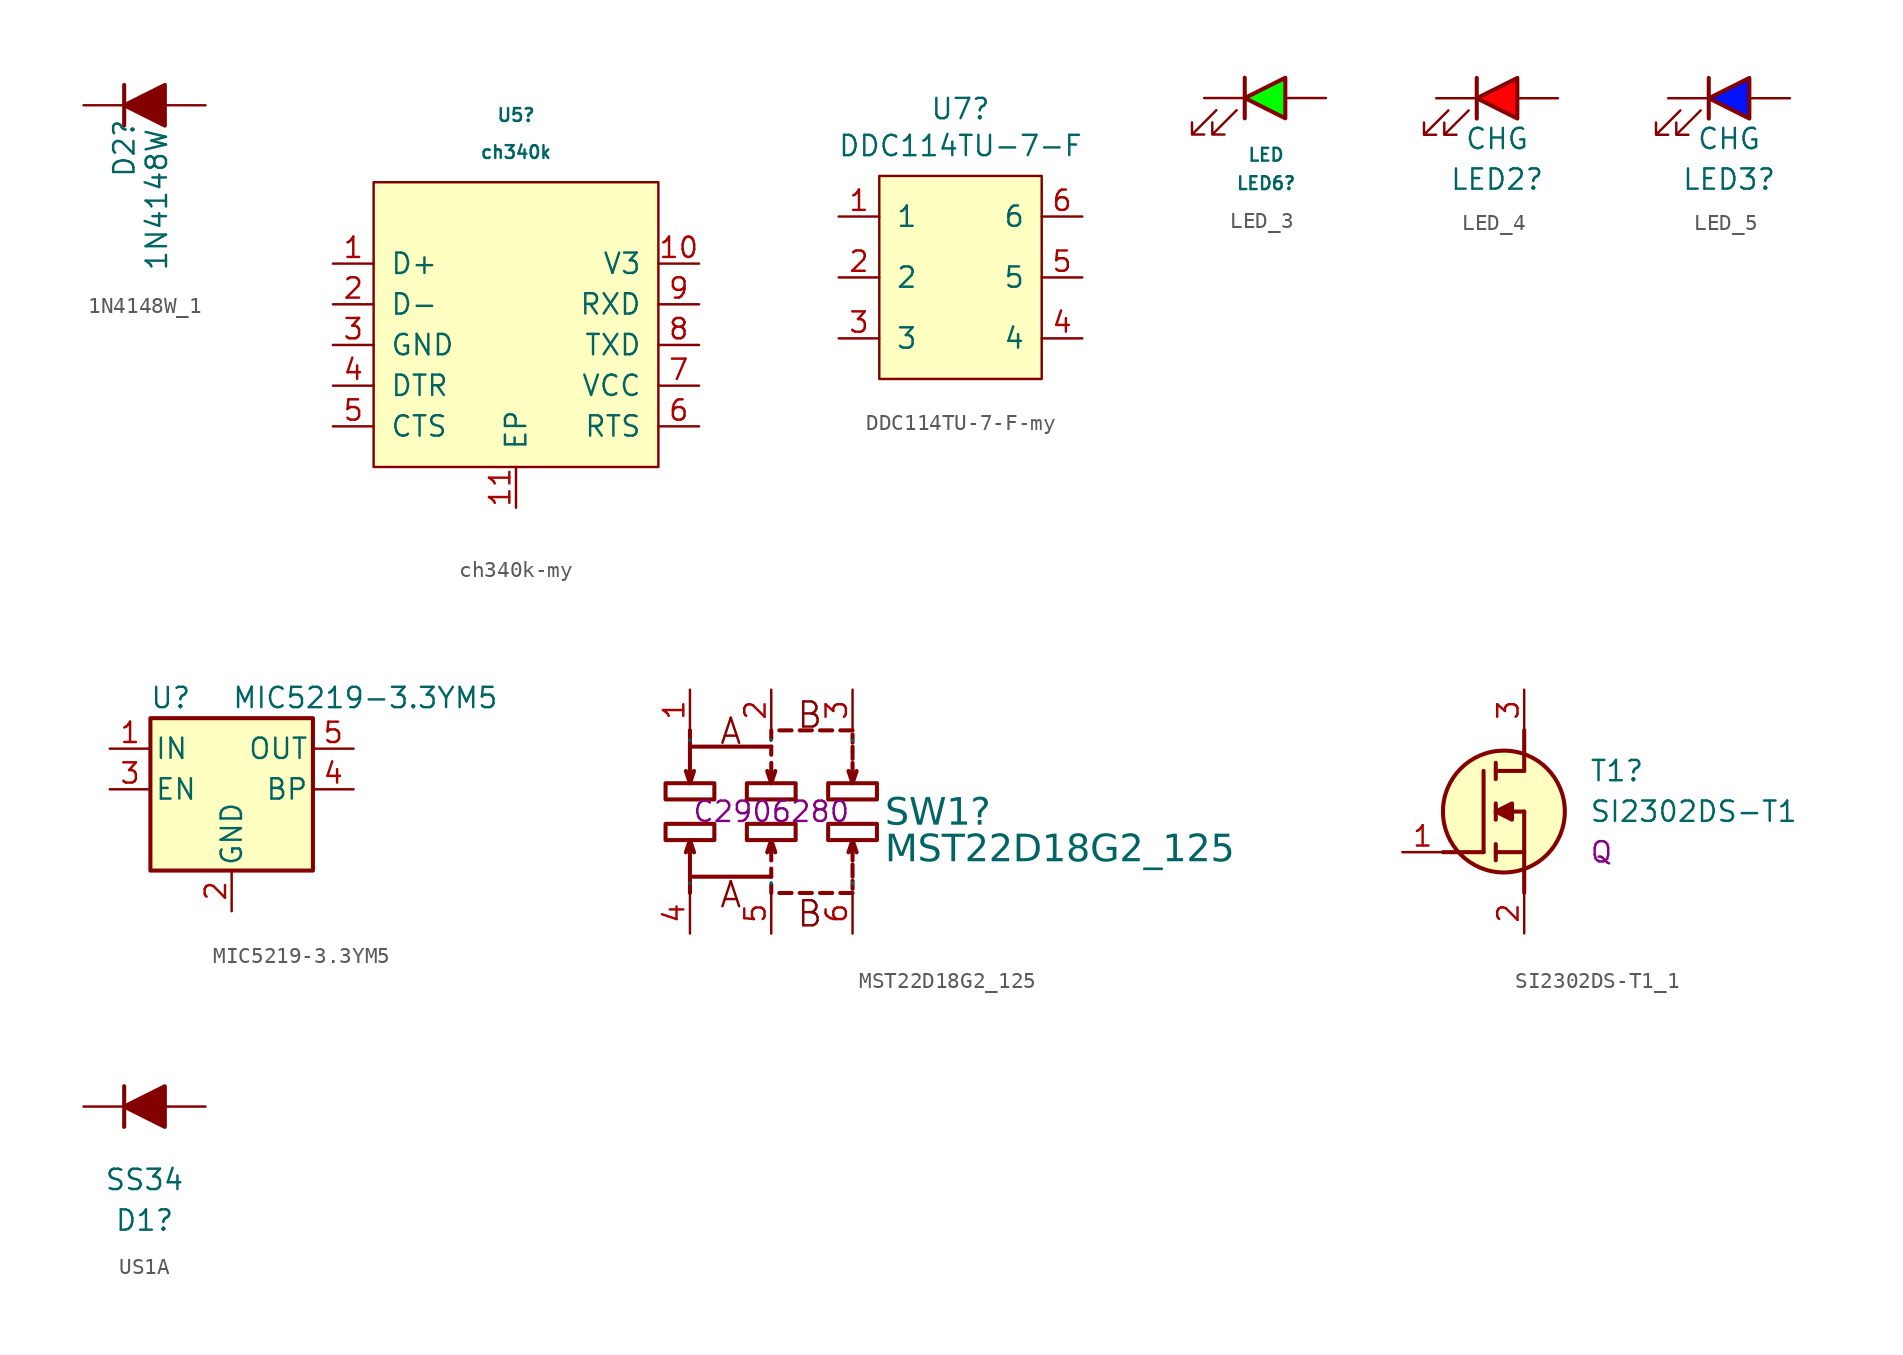
<source format=kicad_sym>
(kicad_symbol_lib
  (version 20241209)
  (generator "kicad_symbol_editor")
  (generator_version "9.0")
  (symbol "1N4148W_1"
    (pin_numbers
      (hide yes))
    (pin_names
      (hide yes))
    (property "Reference" "D2"
      (at -1.27 -4.572 90)
      (effects (font (size 1.27 1.27)) (justify left)))
    (property "Value" "1N4148W"
      (at 0.762 -10.414 90)
      (effects (font (size 1.27 1.27)) (justify left)))
    (symbol "1N4148W_1_0_1"
      (polyline (pts (xy -1.27 1.27) (xy -1.27 -1.27)) (stroke (width 0.254) (type default)) (fill (type none)))
      (polyline (pts (xy 1.27 0) (xy -1.27 0)) (stroke (width 0) (type default)) (fill (type none))))
    (symbol "1N4148W_1_1_1"
      (polyline (pts (xy 1.27 1.27) (xy 1.27 -1.27) (xy -1.27 0) (xy 1.27 1.27)) (stroke (width 0.254) (type default)) (fill (type outline)))
      (pin passive line (at -3.81 0 0) (length 2.54) (name "K" (effects (font (size 1.27 1.27)))) (number "1" (effects (font (size 1.27 1.27)))))
      (pin passive line (at 3.81 0 180) (length 2.54) (name "A" (effects (font (size 1.27 1.27)))) (number "2" (effects (font (size 1.27 1.27)))))))
  (symbol "ch340k-my"
    (pin_names
      (offset 1.016))
    (property "Reference" "U5"
      (at 0 13.081 0)
      (effects (font (size 0.8 0.8))))
    (property "Value" "ch340k"
      (at 0 10.77 0)
      (effects (font (size 0.8 0.8))))
    (symbol "ch340k-my_1_1"
      (rectangle (start -8.89 8.89) (end 8.89 -8.89) (stroke (width 0) (type default)) (fill (type background)))
      (pin passive line (at -11.43 3.81 0) (length 2.54) (name "D+" (effects (font (size 1.27 1.27)))) (number "1" (effects (font (size 1.27 1.27)))))
      (pin passive line (at -11.43 1.27 0) (length 2.54) (name "D-" (effects (font (size 1.27 1.27)))) (number "2" (effects (font (size 1.27 1.27)))))
      (pin passive line (at -11.43 -1.27 0) (length 2.54) (name "GND" (effects (font (size 1.27 1.27)))) (number "3" (effects (font (size 1.27 1.27)))))
      (pin passive line (at -11.43 -3.81 0) (length 2.54) (name "DTR" (effects (font (size 1.27 1.27)))) (number "4" (effects (font (size 1.27 1.27)))))
      (pin passive line (at -11.43 -6.35 0) (length 2.54) (name "CTS" (effects (font (size 1.27 1.27)))) (number "5" (effects (font (size 1.27 1.27)))))
      (pin input line (at 0 -11.43 90) (length 2.54) (name "EP" (effects (font (size 1.27 1.27)))) (number "11" (effects (font (size 1.27 1.27)))))
      (pin passive line (at 11.43 3.81 180) (length 2.54) (name "V3" (effects (font (size 1.27 1.27)))) (number "10" (effects (font (size 1.27 1.27)))))
      (pin passive line (at 11.43 1.27 180) (length 2.54) (name "RXD" (effects (font (size 1.27 1.27)))) (number "9" (effects (font (size 1.27 1.27)))))
      (pin passive line (at 11.43 -1.27 180) (length 2.54) (name "TXD" (effects (font (size 1.27 1.27)))) (number "8" (effects (font (size 1.27 1.27)))))
      (pin passive line (at 11.43 -3.81 180) (length 2.54) (name "VCC" (effects (font (size 1.27 1.27)))) (number "7" (effects (font (size 1.27 1.27)))))
      (pin passive line (at 11.43 -6.35 180) (length 2.54) (name "RTS" (effects (font (size 1.27 1.27)))) (number "6" (effects (font (size 1.27 1.27)))))))
  (symbol "DDC114TU-7-F-my"
    (pin_names
      (offset 1.016))
    (property "Reference" "U7"
      (at 0 10.541 0)
      (effects (font (size 1.27 1.27))))
    (property "Value" "DDC114TU-7-F"
      (at 0 8.23 0)
      (effects (font (size 1.27 1.27))))
    (symbol "DDC114TU-7-F-my_1_1"
      (rectangle (start -5.08 6.35) (end 5.08 -6.35) (stroke (width 0) (type default)) (fill (type background)))
      (pin passive line (at -7.62 3.81 0) (length 2.54) (name "1" (effects (font (size 1.27 1.27)))) (number "1" (effects (font (size 1.27 1.27)))))
      (pin passive line (at -7.62 0 0) (length 2.54) (name "2" (effects (font (size 1.27 1.27)))) (number "2" (effects (font (size 1.27 1.27)))))
      (pin passive line (at -7.62 -3.81 0) (length 2.54) (name "3" (effects (font (size 1.27 1.27)))) (number "3" (effects (font (size 1.27 1.27)))))
      (pin passive line (at 7.62 3.81 180) (length 2.54) (name "6" (effects (font (size 1.27 1.27)))) (number "6" (effects (font (size 1.27 1.27)))))
      (pin passive line (at 7.62 0 180) (length 2.54) (name "5" (effects (font (size 1.27 1.27)))) (number "5" (effects (font (size 1.27 1.27)))))
      (pin passive line (at 7.62 -3.81 180) (length 2.54) (name "4" (effects (font (size 1.27 1.27)))) (number "4" (effects (font (size 1.27 1.27)))))))
  (symbol "LED_3"
    (pin_numbers
      (hide yes))
    (pin_names
      (offset 1.016)
      (hide yes))
    (property "Reference" "LED6"
      (at 0.064 -5.334 0)
      (effects (font (size 0.8 0.8))))
    (property "Value" "LED"
      (at 0.064 -3.556 0)
      (effects (font (size 0.8 0.8))))
    (symbol "LED_3_0_1"
      (polyline (pts (xy -3.048 -0.762) (xy -4.572 -2.286) (xy -3.81 -2.286) (xy -4.572 -2.286) (xy -4.572 -1.524)) (stroke (width 0) (type default)) (fill (type none)))
      (polyline (pts (xy -1.778 -0.762) (xy -3.302 -2.286) (xy -2.54 -2.286) (xy -3.302 -2.286) (xy -3.302 -1.524)) (stroke (width 0) (type default)) (fill (type none)))
      (polyline (pts (xy -1.27 -1.27) (xy -1.27 1.27)) (stroke (width 0.254) (type default)) (fill (type none))))
    (symbol "LED_3_1_1"
      (polyline (pts (xy 1.27 -1.27) (xy 1.27 1.27) (xy -1.27 0) (xy 1.27 -1.27)) (stroke (width 0.254) (type default)) (fill (type color) (color 0 255 1 1)))
      (pin passive line (at -3.81 0 0) (length 2.54) (name "K" (effects (font (size 1.27 1.27)))) (number "1" (effects (font (size 1.27 1.27)))))
      (pin passive line (at 3.81 0 180) (length 2.54) (name "A" (effects (font (size 1.27 1.27)))) (number "2" (effects (font (size 1.27 1.27)))))))
  (symbol "LED_4"
    (pin_numbers
      (hide yes))
    (pin_names
      (offset 1.016)
      (hide yes))
    (property "Reference" "LED2"
      (at 0 -5.08 0)
      (effects (font (size 1.27 1.27))))
    (property "Value" "CHG"
      (at 0 -2.54 0)
      (effects (font (size 1.27 1.27))))
    (symbol "LED_4_0_1"
      (polyline (pts (xy -3.048 -0.762) (xy -4.572 -2.286) (xy -3.81 -2.286) (xy -4.572 -2.286) (xy -4.572 -1.524)) (stroke (width 0) (type default)) (fill (type none)))
      (polyline (pts (xy -1.778 -0.762) (xy -3.302 -2.286) (xy -2.54 -2.286) (xy -3.302 -2.286) (xy -3.302 -1.524)) (stroke (width 0) (type default)) (fill (type none)))
      (polyline (pts (xy -1.27 -1.27) (xy -1.27 1.27)) (stroke (width 0.254) (type default)) (fill (type none))))
    (symbol "LED_4_1_1"
      (polyline (pts (xy 1.27 -1.27) (xy 1.27 1.27) (xy -1.27 0) (xy 1.27 -1.27)) (stroke (width 0.254) (type default)) (fill (type color) (color 255 0 4 1)))
      (pin passive line (at -3.81 0 0) (length 2.54) (name "K" (effects (font (size 1.27 1.27)))) (number "1" (effects (font (size 1.27 1.27)))))
      (pin passive line (at 3.81 0 180) (length 2.54) (name "A" (effects (font (size 1.27 1.27)))) (number "2" (effects (font (size 1.27 1.27)))))))
  (symbol "LED_5"
    (pin_numbers
      (hide yes))
    (pin_names
      (offset 1.016)
      (hide yes))
    (property "Reference" "LED3"
      (at 0 -5.08 0)
      (effects (font (size 1.27 1.27))))
    (property "Value" "CHG"
      (at 0 -2.54 0)
      (effects (font (size 1.27 1.27))))
    (symbol "LED_5_0_1"
      (polyline (pts (xy -3.048 -0.762) (xy -4.572 -2.286) (xy -3.81 -2.286) (xy -4.572 -2.286) (xy -4.572 -1.524)) (stroke (width 0) (type default)) (fill (type none)))
      (polyline (pts (xy -1.778 -0.762) (xy -3.302 -2.286) (xy -2.54 -2.286) (xy -3.302 -2.286) (xy -3.302 -1.524)) (stroke (width 0) (type default)) (fill (type none)))
      (polyline (pts (xy -1.27 -1.27) (xy -1.27 1.27)) (stroke (width 0.254) (type default)) (fill (type none))))
    (symbol "LED_5_1_1"
      (polyline (pts (xy 1.27 -1.27) (xy 1.27 1.27) (xy -1.27 0) (xy 1.27 -1.27)) (stroke (width 0.254) (type default)) (fill (type color) (color 0 18 255 1)))
      (pin passive line (at -3.81 0 0) (length 2.54) (name "K" (effects (font (size 1.27 1.27)))) (number "1" (effects (font (size 1.27 1.27)))))
      (pin passive line (at 3.81 0 180) (length 2.54) (name "A" (effects (font (size 1.27 1.27)))) (number "2" (effects (font (size 1.27 1.27)))))))
  (symbol "MIC5219-3.3YM5"
    (pin_names
      (offset 0.254))
    (property "Reference" "U"
      (at -3.81 5.715 0)
      (effects (font (size 1.27 1.27))))
    (property "Value" "MIC5219-3.3YM5"
      (at 0 5.715 0)
      (effects (font (size 1.27 1.27)) (justify left)))
    (symbol "MIC5219-3.3YM5_0_1"
      (rectangle (start -5.08 4.445) (end 5.08 -5.08) (stroke (width 0.254) (type default)) (fill (type background))))
    (symbol "MIC5219-3.3YM5_1_1"
      (pin power_in line (at -7.62 2.54 0) (length 2.54) (name "IN" (effects (font (size 1.27 1.27)))) (number "1" (effects (font (size 1.27 1.27)))))
      (pin input line (at -7.62 0 0) (length 2.54) (name "EN" (effects (font (size 1.27 1.27)))) (number "3" (effects (font (size 1.27 1.27)))))
      (pin power_in line (at 0 -7.62 90) (length 2.54) (name "GND" (effects (font (size 1.27 1.27)))) (number "2" (effects (font (size 1.27 1.27)))))
      (pin power_out line (at 7.62 2.54 180) (length 2.54) (name "OUT" (effects (font (size 1.27 1.27)))) (number "5" (effects (font (size 1.27 1.27)))))
      (pin input line (at 7.62 0 180) (length 2.54) (name "BP" (effects (font (size 1.27 1.27)))) (number "4" (effects (font (size 1.27 1.27)))))))
  (symbol "MST22D18G2_125"
    (property "Reference" "SW1"
      (at 7.112 0.876 0)
      (effects (font (face "Arial") (size 1.689 1.689)) (justify left top)))
    (property "Value" "MST22D18G2_125"
      (at 7.112 -1.41 0)
      (effects (font (face "Arial") (size 1.689 1.689)) (justify left top)))
    (property "LCSC Part #" "C2906280"
      (at 0 0 0)
      (effects (font (size 1.27 1.27))))
    (symbol "MST22D18G2_125_0_0"
      (rectangle (start -6.604 1.778) (end -3.556 0.762) (stroke (width 0.254) (type solid)) (fill (type none)))
      (rectangle (start -6.604 -0.762) (end -3.556 -1.778) (stroke (width 0.254) (type solid)) (fill (type none)))
      (polyline (pts (xy -5.08 4.064) (xy -5.08 5.08)) (stroke (width 0.254) (type solid)) (fill (type none)))
      (polyline (pts (xy -5.08 3.048) (xy -5.08 4.064) (xy 0 4.064)) (stroke (width 0.254) (type solid)) (fill (type none)))
      (polyline (pts (xy -5.08 3.048) (xy -5.08 1.778) (xy -5.334 2.54)) (stroke (width 0.254) (type solid)) (fill (type none)))
      (polyline (pts (xy -5.08 1.778) (xy -4.826 2.54)) (stroke (width 0.254) (type solid)) (fill (type none)))
      (polyline (pts (xy -5.08 -1.778) (xy -4.826 -2.54)) (stroke (width 0.254) (type solid)) (fill (type none)))
      (polyline (pts (xy -5.08 -3.048) (xy -5.08 -1.778) (xy -5.334 -2.54)) (stroke (width 0.254) (type solid)) (fill (type none)))
      (polyline (pts (xy -5.08 -3.048) (xy -5.08 -4.064) (xy 0 -4.064)) (stroke (width 0.254) (type solid)) (fill (type none)))
      (polyline (pts (xy -5.08 -4.064) (xy -5.08 -5.08)) (stroke (width 0.254) (type solid)) (fill (type none)))
      (rectangle (start -1.524 1.778) (end 1.524 0.762) (stroke (width 0.254) (type solid)) (fill (type none)))
      (rectangle (start -1.524 -0.762) (end 1.524 -1.778) (stroke (width 0.254) (type solid)) (fill (type none)))
      (polyline (pts (xy 0 4.572) (xy 0 5.08)) (stroke (width 0.254) (type solid)) (fill (type none)))
      (polyline (pts (xy 0 3.556) (xy 0 4.064)) (stroke (width 0.254) (type solid)) (fill (type none)))
      (polyline (pts (xy 0 3.048) (xy 0 1.778) (xy -0.254 2.54)) (stroke (width 0.254) (type solid)) (fill (type none)))
      (polyline (pts (xy 0 1.778) (xy 0.254 2.54)) (stroke (width 0.254) (type solid)) (fill (type none)))
      (polyline (pts (xy 0 -1.778) (xy 0.254 -2.54)) (stroke (width 0.254) (type solid)) (fill (type none)))
      (polyline (pts (xy 0 -3.048) (xy 0 -1.778) (xy -0.254 -2.54)) (stroke (width 0.254) (type solid)) (fill (type none)))
      (polyline (pts (xy 0 -3.556) (xy 0 -4.064)) (stroke (width 0.254) (type solid)) (fill (type none)))
      (polyline (pts (xy 0 -4.572) (xy 0 -5.08)) (stroke (width 0.254) (type solid)) (fill (type none)))
      (polyline (pts (xy 0.508 5.08) (xy 1.27 5.08)) (stroke (width 0.254) (type solid)) (fill (type none)))
      (polyline (pts (xy 0.508 -5.08) (xy 1.27 -5.08)) (stroke (width 0.254) (type solid)) (fill (type none)))
      (polyline (pts (xy 1.778 5.08) (xy 2.54 5.08)) (stroke (width 0.254) (type solid)) (fill (type none)))
      (polyline (pts (xy 1.778 -5.08) (xy 2.54 -5.08)) (stroke (width 0.254) (type solid)) (fill (type none)))
      (polyline (pts (xy 3.048 5.08) (xy 3.81 5.08)) (stroke (width 0.254) (type solid)) (fill (type none)))
      (polyline (pts (xy 3.048 -5.08) (xy 3.81 -5.08)) (stroke (width 0.254) (type solid)) (fill (type none)))
      (rectangle (start 3.556 1.778) (end 6.604 0.762) (stroke (width 0.254) (type solid)) (fill (type none)))
      (rectangle (start 3.556 -0.762) (end 6.604 -1.778) (stroke (width 0.254) (type solid)) (fill (type none)))
      (polyline (pts (xy 4.318 5.08) (xy 5.08 5.08)) (stroke (width 0.254) (type solid)) (fill (type none)))
      (polyline (pts (xy 4.318 -5.08) (xy 5.08 -5.08)) (stroke (width 0.254) (type solid)) (fill (type none)))
      (polyline (pts (xy 5.08 4.826) (xy 5.08 4.318)) (stroke (width 0.254) (type solid)) (fill (type none)))
      (polyline (pts (xy 5.08 4.064) (xy 5.08 3.302)) (stroke (width 0.254) (type solid)) (fill (type none)))
      (polyline (pts (xy 5.08 3.048) (xy 5.08 1.778) (xy 4.826 2.54)) (stroke (width 0.254) (type solid)) (fill (type none)))
      (polyline (pts (xy 5.08 1.778) (xy 5.334 2.54)) (stroke (width 0.254) (type solid)) (fill (type none)))
      (polyline (pts (xy 5.08 -1.778) (xy 5.334 -2.54)) (stroke (width 0.254) (type solid)) (fill (type none)))
      (polyline (pts (xy 5.08 -3.048) (xy 5.08 -1.778) (xy 4.826 -2.54)) (stroke (width 0.254) (type solid)) (fill (type none)))
      (polyline (pts (xy 5.08 -4.064) (xy 5.08 -3.302)) (stroke (width 0.254) (type solid)) (fill (type none)))
      (polyline (pts (xy 5.08 -4.826) (xy 5.08 -4.318)) (stroke (width 0.254) (type solid)) (fill (type none)))
      (text "A" (at -3.302 5.937 0) (effects (font (face "KiCad Font") (size 1.568 1.568)) (justify left top)))
      (text "A" (at -3.302 -4.274 0) (effects (font (face "KiCad Font") (size 1.568 1.568)) (justify left top)))
      (text "B" (at 1.524 6.953 0) (effects (font (face "KiCad Font") (size 1.568 1.568)) (justify left top)))
      (text "B" (at 1.524 -5.467 0) (effects (font (face "KiCad Font") (size 1.568 1.568)) (justify left top)))
      (pin unspecified line (at -5.08 7.62 270) (length 2.54) (name "1" (effects (font (size 0.025 0.025)))) (number "1" (effects (font (size 1.27 1.27)))))
      (pin unspecified line (at -5.08 -7.62 90) (length 2.54) (name "4" (effects (font (size 0.025 0.025)))) (number "4" (effects (font (size 1.27 1.27)))))
      (pin unspecified line (at 0 7.62 270) (length 2.54) (name "2" (effects (font (size 0.025 0.025)))) (number "2" (effects (font (size 1.27 1.27)))))
      (pin unspecified line (at 0 -7.62 90) (length 2.54) (name "5" (effects (font (size 0.025 0.025)))) (number "5" (effects (font (size 1.27 1.27)))))
      (pin unspecified line (at 5.08 7.62 270) (length 2.54) (name "3" (effects (font (size 0.025 0.025)))) (number "3" (effects (font (size 1.27 1.27)))))
      (pin unspecified line (at 5.08 -7.62 90) (length 2.54) (name "6" (effects (font (size 0.025 0.025)))) (number "6" (effects (font (size 1.27 1.27)))))))
  (symbol "SI2302DS-T1_1"
    (pin_names
      (hide yes))
    (property "Reference" "T1"
      (at 11.684 5.08 0)
      (effects (font (size 1.27 1.27)) (justify left)))
    (property "Value" "SI2302DS-T1"
      (at 11.684 2.54 0)
      (effects (font (size 1.27 1.27)) (justify left)))
    (property "Reference_1" "Q"
      (at 11.684 0.0001 0)
      (effects (font (size 1.27 1.27)) (justify left)))
    (symbol "SI2302DS-T1_1_1_1"
      (polyline (pts (xy 2.54 0) (xy 5.08 0)) (stroke (width 0.254) (type default)) (fill (type none)))
      (polyline (pts (xy 5.08 5.08) (xy 5.08 0)) (stroke (width 0.254) (type default)) (fill (type none)))
      (polyline (pts (xy 5.842 5.588) (xy 5.842 4.572)) (stroke (width 0.254) (type default)) (fill (type none)))
      (polyline (pts (xy 5.842 2.54) (xy 6.858 3.048) (xy 6.858 2.032) (xy 5.842 2.54)) (stroke (width 0.254) (type default)) (fill (type outline)))
      (polyline (pts (xy 5.842 2.032) (xy 5.842 3.048)) (stroke (width 0.254) (type default)) (fill (type none)))
      (polyline (pts (xy 5.842 0) (xy 7.62 0)) (stroke (width 0.254) (type default)) (fill (type none)))
      (polyline (pts (xy 5.842 -0.508) (xy 5.842 0.508)) (stroke (width 0.254) (type default)) (fill (type none)))
      (circle (center 6.35 2.54) (radius 3.81) (stroke (width 0.254) (type default)) (fill (type background)))
      (polyline (pts (xy 7.62 5.08) (xy 5.842 5.08)) (stroke (width 0.254) (type default)) (fill (type none)))
      (polyline (pts (xy 7.62 5.08) (xy 7.62 7.62)) (stroke (width 0.254) (type default)) (fill (type none)))
      (polyline (pts (xy 7.62 2.54) (xy 5.842 2.54)) (stroke (width 0.254) (type default)) (fill (type none)))
      (polyline (pts (xy 7.62 2.54) (xy 7.62 -2.54)) (stroke (width 0.254) (type default)) (fill (type none)))
      (pin passive line (at 0 0 0) (length 2.54) (name "G" (effects (font (size 1.27 1.27)))) (number "1" (effects (font (size 1.27 1.27)))))
      (pin passive line (at 7.62 10.16 270) (length 2.54) (name "D" (effects (font (size 1.27 1.27)))) (number "3" (effects (font (size 1.27 1.27)))))
      (pin passive line (at 7.62 -5.08 90) (length 2.54) (name "S" (effects (font (size 1.27 1.27)))) (number "2" (effects (font (size 1.27 1.27)))))))
  (symbol "US1A"
    (pin_numbers
      (hide yes))
    (pin_names
      (offset 1.016)
      (hide yes))
    (property "Reference" "D1"
      (at 0 -7.112 0)
      (effects (font (size 1.27 1.27))))
    (property "Value" "SS34"
      (at 0 -4.572 0)
      (effects (font (size 1.27 1.27))))
    (symbol "US1A_0_1"
      (polyline (pts (xy -1.27 1.27) (xy -1.27 -1.27)) (stroke (width 0.254) (type default)) (fill (type none)))
      (polyline (pts (xy 1.27 0) (xy -1.27 0)) (stroke (width 0) (type default)) (fill (type none))))
    (symbol "US1A_1_1"
      (polyline (pts (xy 1.27 1.27) (xy 1.27 -1.27) (xy -1.27 0) (xy 1.27 1.27)) (stroke (width 0.254) (type default)) (fill (type outline)))
      (pin passive line (at -3.81 0 0) (length 2.54) (name "K" (effects (font (size 1.27 1.27)))) (number "1" (effects (font (size 1.27 1.27)))))
      (pin passive line (at 3.81 0 180) (length 2.54) (name "A" (effects (font (size 1.27 1.27)))) (number "2" (effects (font (size 1.27 1.27))))))))
</source>
